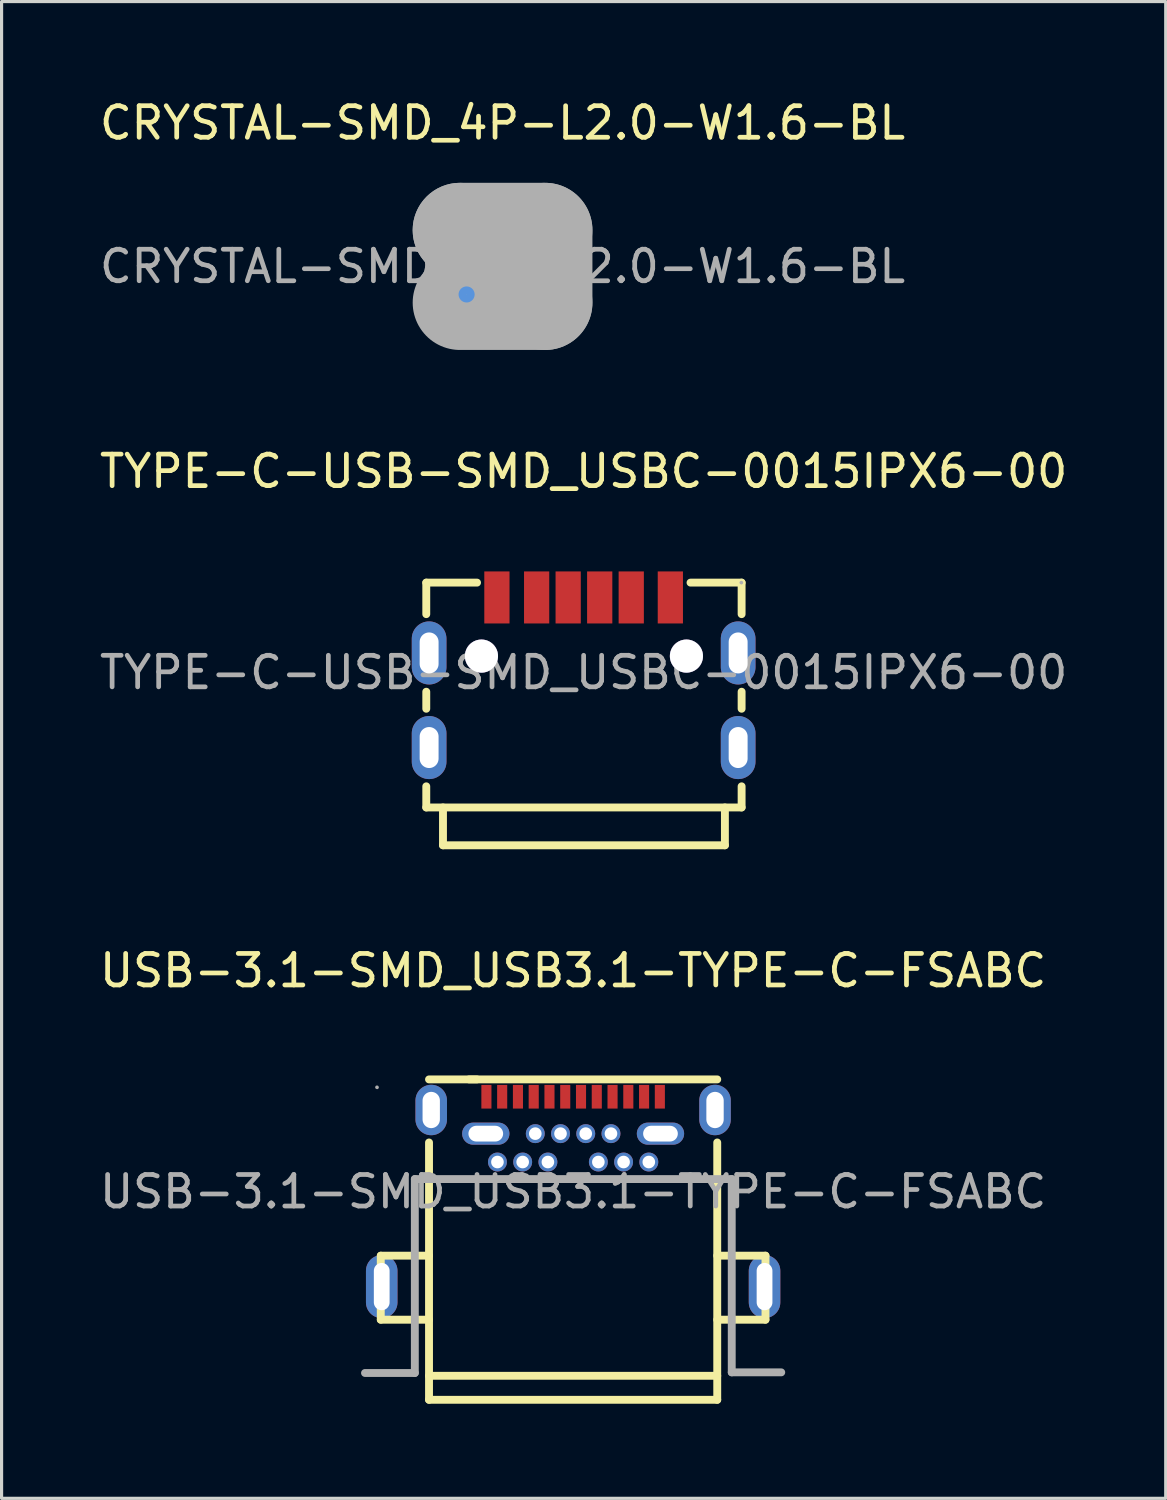
<source format=kicad_pcb>
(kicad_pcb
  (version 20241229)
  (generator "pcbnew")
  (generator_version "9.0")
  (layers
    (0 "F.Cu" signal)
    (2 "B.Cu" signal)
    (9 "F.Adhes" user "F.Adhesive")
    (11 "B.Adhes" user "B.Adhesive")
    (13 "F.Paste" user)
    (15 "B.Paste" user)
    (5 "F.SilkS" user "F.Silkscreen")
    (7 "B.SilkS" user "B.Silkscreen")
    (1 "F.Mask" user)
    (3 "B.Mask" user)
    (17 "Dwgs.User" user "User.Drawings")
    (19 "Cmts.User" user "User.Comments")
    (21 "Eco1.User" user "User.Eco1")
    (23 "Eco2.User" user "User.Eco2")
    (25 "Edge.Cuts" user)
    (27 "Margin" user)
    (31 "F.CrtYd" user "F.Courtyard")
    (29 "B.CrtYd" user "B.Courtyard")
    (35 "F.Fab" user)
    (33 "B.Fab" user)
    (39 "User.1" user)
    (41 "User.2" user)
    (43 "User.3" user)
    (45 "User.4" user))
  (footprint "TYPE-C-USB-SMD_USBC-0015IPX6-00"
    (layer "F.Cu")
    (at 15.458 18.276)
    (property "Reference" "TYPE-C-USB-SMD_USBC-0015IPX6-00" (at 0 -6.38 0) (layer "F.SilkS") (effects (font (size 1 1) (thickness 0.15))))
    (attr smd)
    (fp_line (start -4.99 -2.85) (end -4.99 -1.85) (stroke (width 0.25) (type solid)) (layer "F.SilkS"))
    (fp_line (start -4.99 -2.85) (end -3.38 -2.85) (stroke (width 0.25) (type solid)) (layer "F.SilkS"))
    (fp_line (start -4.99 0.61) (end -4.99 1.15) (stroke (width 0.25) (type solid)) (layer "F.SilkS"))
    (fp_line (start -4.99 3.61) (end -4.99 4.28) (stroke (width 0.25) (type solid)) (layer "F.SilkS"))
    (fp_line (start -4.99 4.28) (end 5.01 4.28) (stroke (width 0.25) (type solid)) (layer "F.SilkS"))
    (fp_line (start -4.46 5.48) (end -4.46 4.28) (stroke (width 0.25) (type solid)) (layer "F.SilkS"))
    (fp_line (start -4.46 5.48) (end 4.48 5.48) (stroke (width 0.25) (type solid)) (layer "F.SilkS"))
    (fp_line (start 3.39 -2.85) (end 5.01 -2.85) (stroke (width 0.25) (type solid)) (layer "F.SilkS"))
    (fp_line (start 4.48 5.48) (end 4.48 4.28) (stroke (width 0.25) (type solid)) (layer "F.SilkS"))
    (fp_line (start 5.01 -2.85) (end 5.01 -1.85) (stroke (width 0.25) (type solid)) (layer "F.SilkS"))
    (fp_line (start 5.01 0.61) (end 5.01 1.15) (stroke (width 0.25) (type solid)) (layer "F.SilkS"))
    (fp_line (start 5.01 3.61) (end 5.01 4.28) (stroke (width 0.25) (type solid)) (layer "F.SilkS"))
    (fp_circle (center 5 -2.85) (end 5.03 -2.85) (stroke (width 0.06) (type solid)) (fill no) (layer "F.Fab"))
    (fp_text user "${REFERENCE}" (at 0 0 0) (layer "F.Fab") (effects (font (size 1 1) (thickness 0.15))))
    (pad "" thru_hole circle (at -3.24 -0.52) (size 1.05 1.05) (drill 1.05) (layers "*.Cu" "*.Mask"))
    (pad "" thru_hole circle (at 3.26 -0.52) (size 1.05 1.05) (drill 1.05) (layers "*.Cu" "*.Mask"))
    (pad "7" thru_hole oval (at -4.9 -0.62 180) (size 1.1 2) (drill oval 0.6 1.3) (layers "*.Cu" "*.Mask"))
    (pad "7" thru_hole oval (at -4.9 2.38 180) (size 1.1 2) (drill oval 0.6 1.3) (layers "*.Cu" "*.Mask"))
    (pad "7" thru_hole oval (at 4.9 -0.62 180) (size 1.1 2) (drill oval 0.6 1.3) (layers "*.Cu" "*.Mask"))
    (pad "7" thru_hole oval (at 4.9 2.38 180) (size 1.1 2) (drill oval 0.6 1.3) (layers "*.Cu" "*.Mask"))
    (pad "A5" smd rect (at -0.49 -2.38 90) (size 1.65 0.8) (layers "F.Cu" "F.Mask" "F.Paste"))
    (pad "A9" smd rect (at 1.51 -2.38 90) (size 1.65 0.8) (layers "F.Cu" "F.Mask" "F.Paste"))
    (pad "A12" smd rect (at 2.75 -2.38 90) (size 1.65 0.8) (layers "F.Cu" "F.Mask" "F.Paste"))
    (pad "B5" smd rect (at 0.51 -2.38 90) (size 1.65 0.8) (layers "F.Cu" "F.Mask" "F.Paste"))
    (pad "B9" smd rect (at -1.49 -2.38 90) (size 1.65 0.8) (layers "F.Cu" "F.Mask" "F.Paste"))
    (pad "B12" smd rect (at -2.75 -2.38 90) (size 1.65 0.8) (layers "F.Cu" "F.Mask" "F.Paste")))
  (footprint "USB-3.1-SMD_USB3.1-TYPE-C-FSABC"
    (layer "F.Cu")
    (at 15.125 34.74)
    (property "Reference" "USB-3.1-SMD_USB3.1-TYPE-C-FSABC" (at 0 -7.01 0) (layer "F.SilkS") (effects (font (size 1 1) (thickness 0.15))))
    (attr smd)
    (fp_line (start -6.1 2.03) (end -6.1 4.06) (stroke (width 0.25) (type solid)) (layer "F.SilkS"))
    (fp_line (start -6.1 4.06) (end -4.57 4.06) (stroke (width 0.25) (type solid)) (layer "F.SilkS"))
    (fp_line (start -4.57 -1.56) (end -4.57 6.6) (stroke (width 0.25) (type solid)) (layer "F.SilkS"))
    (fp_line (start -4.57 2.03) (end -6.1 2.03) (stroke (width 0.25) (type solid)) (layer "F.SilkS"))
    (fp_line (start -4.57 5.84) (end 4.57 5.84) (stroke (width 0.25) (type solid)) (layer "F.SilkS"))
    (fp_line (start -4.57 6.6) (end 4.57 6.6) (stroke (width 0.25) (type solid)) (layer "F.SilkS"))
    (fp_line (start -3.05 -3.56) (end -4.57 -3.56) (stroke (width 0.25) (type solid)) (layer "F.SilkS"))
    (fp_line (start 4.57 -3.56) (end -3.3 -3.56) (stroke (width 0.25) (type solid)) (layer "F.SilkS"))
    (fp_line (start 4.57 -1.56) (end 4.57 6.6) (stroke (width 0.25) (type solid)) (layer "F.SilkS"))
    (fp_line (start 4.57 2.03) (end 6.1 2.03) (stroke (width 0.25) (type solid)) (layer "F.SilkS"))
    (fp_line (start 6.1 2.03) (end 6.1 4.06) (stroke (width 0.25) (type solid)) (layer "F.SilkS"))
    (fp_line (start 6.1 4.06) (end 4.57 4.06) (stroke (width 0.25) (type solid)) (layer "F.SilkS"))
    (fp_line (start -5.02 -0.4) (end 5.03 -0.4) (stroke (width 0.25) (type solid)) (layer "F.Fab"))
    (fp_line (start -5.02 5.75) (end -6.6 5.75) (stroke (width 0.25) (type solid)) (layer "F.Fab"))
    (fp_line (start -5.02 5.75) (end -5.02 -0.4) (stroke (width 0.25) (type solid)) (layer "F.Fab"))
    (fp_line (start 5.03 -0.4) (end 5.03 5.73) (stroke (width 0.25) (type solid)) (layer "F.Fab"))
    (fp_line (start 5.03 5.73) (end 6.6 5.73) (stroke (width 0.25) (type solid)) (layer "F.Fab"))
    (fp_circle (center -6.22 -3.31) (end -6.19 -3.31) (stroke (width 0.06) (type solid)) (fill no) (layer "F.Fab"))
    (fp_text user "${REFERENCE}" (at 0 0 0) (layer "F.Fab") (effects (font (size 1 1) (thickness 0.15))))
    (pad "A1" smd rect (at -2.75 -3.01) (size 0.32 0.75) (layers "F.Cu" "F.Mask" "F.Paste"))
    (pad "A2" smd rect (at -2.25 -3.01) (size 0.32 0.75) (layers "F.Cu" "F.Mask" "F.Paste"))
    (pad "A3" smd rect (at -1.75 -3.01) (size 0.32 0.75) (layers "F.Cu" "F.Mask" "F.Paste"))
    (pad "A4" smd rect (at -1.25 -3.01) (size 0.32 0.75) (layers "F.Cu" "F.Mask" "F.Paste"))
    (pad "A5" smd rect (at -0.75 -3.01) (size 0.32 0.75) (layers "F.Cu" "F.Mask" "F.Paste"))
    (pad "A6" smd rect (at -0.25 -3.01) (size 0.32 0.75) (layers "F.Cu" "F.Mask" "F.Paste"))
    (pad "A7" smd rect (at 0.25 -3.01) (size 0.32 0.75) (layers "F.Cu" "F.Mask" "F.Paste"))
    (pad "A8" smd rect (at 0.75 -3.01) (size 0.32 0.75) (layers "F.Cu" "F.Mask" "F.Paste"))
    (pad "A9" smd rect (at 1.25 -3.01) (size 0.32 0.75) (layers "F.Cu" "F.Mask" "F.Paste"))
    (pad "A10" smd rect (at 1.75 -3.01) (size 0.32 0.75) (layers "F.Cu" "F.Mask" "F.Paste"))
    (pad "A11" smd rect (at 2.25 -3.01) (size 0.32 0.75) (layers "F.Cu" "F.Mask" "F.Paste"))
    (pad "A12" smd rect (at 2.75 -3.01) (size 0.32 0.75) (layers "F.Cu" "F.Mask" "F.Paste"))
    (pad "B1" thru_hole oval (at 2.77 -1.84) (size 1.5 0.7) (drill oval 1.1 0.5) (layers "*.Cu" "*.Mask"))
    (pad "B2" thru_hole circle (at 2.4 -0.94) (size 0.6 0.6) (drill 0.4) (layers "*.Cu" "*.Mask"))
    (pad "B3" thru_hole circle (at 1.6 -0.94) (size 0.6 0.6) (drill 0.4) (layers "*.Cu" "*.Mask"))
    (pad "B4" thru_hole circle (at 1.2 -1.84) (size 0.6 0.6) (drill 0.4) (layers "*.Cu" "*.Mask"))
    (pad "B5" thru_hole circle (at 0.8 -0.94) (size 0.6 0.6) (drill 0.4) (layers "*.Cu" "*.Mask"))
    (pad "B6" thru_hole circle (at 0.4 -1.84) (size 0.6 0.6) (drill 0.4) (layers "*.Cu" "*.Mask"))
    (pad "B7" thru_hole circle (at -0.4 -1.84) (size 0.6 0.6) (drill 0.4) (layers "*.Cu" "*.Mask"))
    (pad "B8" thru_hole circle (at -0.8 -0.94) (size 0.6 0.6) (drill 0.4) (layers "*.Cu" "*.Mask"))
    (pad "B9" thru_hole circle (at -1.2 -1.84) (size 0.6 0.6) (drill 0.4) (layers "*.Cu" "*.Mask"))
    (pad "B10" thru_hole circle (at -1.6 -0.94) (size 0.6 0.6) (drill 0.4) (layers "*.Cu" "*.Mask"))
    (pad "B11" thru_hole circle (at -2.4 -0.94) (size 0.6 0.6) (drill 0.4) (layers "*.Cu" "*.Mask"))
    (pad "B12" thru_hole oval (at -2.77 -1.84) (size 1.5 0.7) (drill oval 1.1 0.5) (layers "*.Cu" "*.Mask"))
    (pad "SHELL" thru_hole oval (at -6.07 3.01) (size 1 2) (drill oval 0.5 1.5) (layers "*.Cu" "*.Mask"))
    (pad "SHELL" thru_hole oval (at -4.5 -2.59) (size 1 1.6) (drill oval 0.55 1.15) (layers "*.Cu" "*.Mask"))
    (pad "SHELL" thru_hole oval (at 4.5 -2.59) (size 1 1.6) (drill oval 0.55 1.15) (layers "*.Cu" "*.Mask"))
    (pad "SHELL" thru_hole oval (at 6.07 3.01) (size 1 2) (drill oval 0.5 1.5) (layers "*.Cu" "*.Mask")))
  (footprint "CRYSTAL-SMD_4P-L2.0-W1.6-BL"
    (layer "F.Cu")
    (at 12.887 5.398)
    (property "Reference" "CRYSTAL-SMD_4P-L2.0-W1.6-BL" (at 0 -4.55 0) (layer "F.SilkS") (effects (font (size 1 1) (thickness 0.15))))
    (attr smd)
    (fp_line (start -1.65 0.15) (end -1.65 1.45) (stroke (width 0.15) (type solid)) (layer "F.SilkS"))
    (fp_line (start -1.65 1.45) (end -0.25 1.45) (stroke (width 0.15) (type solid)) (layer "F.SilkS"))
    (fp_circle (center -1.14 0.89) (end -1.01 0.89) (stroke (width 0.25) (type solid)) (fill no) (layer "Cmts.User"))
    (fp_line (start -1.35 -1.15) (end -1.35 -1.15) (stroke (width 3) (type solid)) (layer "F.Fab"))
    (fp_line (start -1.35 -1.15) (end 1.35 -1.15) (stroke (width 3) (type solid)) (layer "F.Fab"))
    (fp_line (start 1.35 -1.15) (end 1.35 1.15) (stroke (width 3) (type solid)) (layer "F.Fab"))
    (fp_line (start 1.35 1.15) (end -1.35 1.15) (stroke (width 3) (type solid)) (layer "F.Fab"))
    (fp_circle (center -1 0.8) (end -0.97 0.8) (stroke (width 0.06) (type solid)) (fill no) (layer "F.Fab"))
    (fp_text user "${REFERENCE}" (at 0 0 0) (layer "F.Fab") (effects (font (size 1 1) (thickness 0.15))))
    (pad "1" smd rect (at -0.7 0.55) (size 0.9 0.8) (layers "F.Cu" "F.Mask" "F.Paste"))
    (pad "2" smd rect (at 0.7 0.55) (size 0.9 0.8) (layers "F.Cu" "F.Mask" "F.Paste"))
    (pad "3" smd rect (at 0.7 -0.55) (size 0.9 0.8) (layers "F.Cu" "F.Mask" "F.Paste"))
    (pad "4" smd rect (at -0.7 -0.55) (size 0.9 0.8) (layers "F.Cu" "F.Mask" "F.Paste")))
  (gr_rect
    (start -3 -3)
    (end 33.917 44.465)
    (stroke (width 0.1) (type default))
    (fill no)
    (layer "Edge.Cuts")))
</source>
